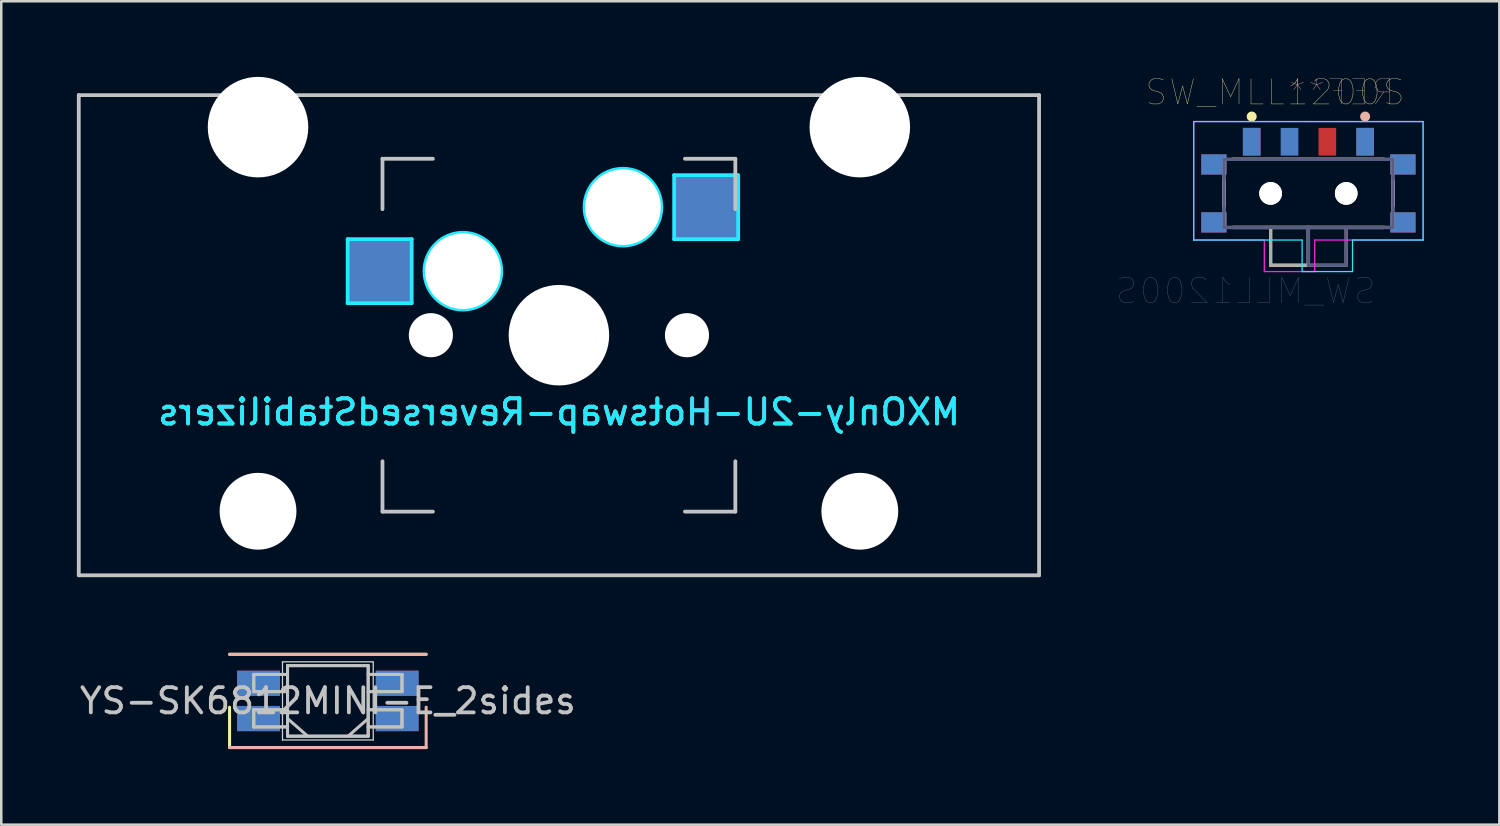
<source format=kicad_pcb>
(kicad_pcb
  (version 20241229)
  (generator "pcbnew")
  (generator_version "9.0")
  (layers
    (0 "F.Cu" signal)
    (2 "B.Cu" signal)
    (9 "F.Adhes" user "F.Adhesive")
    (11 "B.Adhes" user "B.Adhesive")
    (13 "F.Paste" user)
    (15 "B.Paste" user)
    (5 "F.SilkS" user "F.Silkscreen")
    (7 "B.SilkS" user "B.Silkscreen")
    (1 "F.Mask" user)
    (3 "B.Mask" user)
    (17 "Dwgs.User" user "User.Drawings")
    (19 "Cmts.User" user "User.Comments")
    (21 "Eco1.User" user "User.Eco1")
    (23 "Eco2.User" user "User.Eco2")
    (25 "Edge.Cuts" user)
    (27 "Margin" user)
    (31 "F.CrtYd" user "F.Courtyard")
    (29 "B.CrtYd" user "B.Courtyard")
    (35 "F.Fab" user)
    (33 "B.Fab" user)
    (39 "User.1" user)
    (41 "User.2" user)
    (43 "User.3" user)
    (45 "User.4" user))
  (footprint "YS-SK6812MINI-E_2sides"
    (layer "F.Cu")
    (at 9.958 24.759)
    (property "Reference" "YS-SK6812MINI-E_2sides" (at 0 0 0) (layer "Dwgs.User") (effects (font (size 1 1) (thickness 0.15))))
    (attr through_hole)
    (fp_line (start -3.9 0.25) (end -3.9 1.85) (stroke (width 0.12) (type solid)) (layer "F.SilkS"))
    (fp_line (start -3.9 1.85) (end 3.9 1.85) (stroke (width 0.12) (type solid)) (layer "F.SilkS"))
    (fp_line (start 3.9 -1.85) (end -3.9 -1.85) (stroke (width 0.12) (type solid)) (layer "F.SilkS"))
    (fp_line (start -3.9 -1.85) (end 3.9 -1.85) (stroke (width 0.12) (type solid)) (layer "B.SilkS"))
    (fp_line (start 3.9 0.25) (end 3.9 1.85) (stroke (width 0.12) (type solid)) (layer "B.SilkS"))
    (fp_line (start 3.9 1.85) (end -3.9 1.85) (stroke (width 0.12) (type solid)) (layer "B.SilkS"))
    (fp_line (start -2.94 -1.05) (end -2.94 -0.37) (stroke (width 0.12) (type solid)) (layer "Dwgs.User"))
    (fp_line (start -2.94 -1.05) (end -1.6 -1.05) (stroke (width 0.12) (type solid)) (layer "Dwgs.User"))
    (fp_line (start -2.94 -0.37) (end -2.94 -1.05) (stroke (width 0.12) (type solid)) (layer "Dwgs.User"))
    (fp_line (start -2.94 -0.37) (end -1.6 -0.37) (stroke (width 0.12) (type solid)) (layer "Dwgs.User"))
    (fp_line (start -2.94 0.35) (end -2.94 1.03) (stroke (width 0.12) (type solid)) (layer "Dwgs.User"))
    (fp_line (start -2.94 0.35) (end -1.6 0.35) (stroke (width 0.12) (type solid)) (layer "Dwgs.User"))
    (fp_line (start -2.94 1.03) (end -2.94 0.35) (stroke (width 0.12) (type solid)) (layer "Dwgs.User"))
    (fp_line (start -2.94 1.03) (end -1.6 1.03) (stroke (width 0.12) (type solid)) (layer "Dwgs.User"))
    (fp_line (start -1.6 -1.4) (end -1.6 1.4) (stroke (width 0.12) (type solid)) (layer "Dwgs.User"))
    (fp_line (start -1.6 -1.4) (end -1.6 1.4) (stroke (width 0.12) (type solid)) (layer "Dwgs.User"))
    (fp_line (start -1.6 -1.4) (end 1.6 -1.4) (stroke (width 0.12) (type solid)) (layer "Dwgs.User"))
    (fp_line (start -1.6 -1.05) (end -2.94 -1.05) (stroke (width 0.12) (type solid)) (layer "Dwgs.User"))
    (fp_line (start -1.6 -0.37) (end -2.94 -0.37) (stroke (width 0.12) (type solid)) (layer "Dwgs.User"))
    (fp_line (start -1.6 0.35) (end -2.94 0.35) (stroke (width 0.12) (type solid)) (layer "Dwgs.User"))
    (fp_line (start -1.6 0.7) (end -0.8 1.4) (stroke (width 0.12) (type solid)) (layer "Dwgs.User"))
    (fp_line (start -1.6 1.03) (end -2.94 1.03) (stroke (width 0.12) (type solid)) (layer "Dwgs.User"))
    (fp_line (start -1.6 1.4) (end 1.6 1.4) (stroke (width 0.12) (type solid)) (layer "Dwgs.User"))
    (fp_line (start 1.6 -1.4) (end -1.6 -1.4) (stroke (width 0.12) (type solid)) (layer "Dwgs.User"))
    (fp_line (start 1.6 -1.4) (end 1.6 1.4) (stroke (width 0.12) (type solid)) (layer "Dwgs.User"))
    (fp_line (start 1.6 -1.4) (end 1.6 1.4) (stroke (width 0.12) (type solid)) (layer "Dwgs.User"))
    (fp_line (start 1.6 -1.05) (end 2.94 -1.05) (stroke (width 0.12) (type solid)) (layer "Dwgs.User"))
    (fp_line (start 1.6 -0.37) (end 2.94 -0.37) (stroke (width 0.12) (type solid)) (layer "Dwgs.User"))
    (fp_line (start 1.6 0.35) (end 2.94 0.35) (stroke (width 0.12) (type solid)) (layer "Dwgs.User"))
    (fp_line (start 1.6 0.7) (end 0.8 1.4) (stroke (width 0.12) (type solid)) (layer "Dwgs.User"))
    (fp_line (start 1.6 1.03) (end 2.94 1.03) (stroke (width 0.12) (type solid)) (layer "Dwgs.User"))
    (fp_line (start 1.6 1.4) (end -1.6 1.4) (stroke (width 0.12) (type solid)) (layer "Dwgs.User"))
    (fp_line (start 2.94 -1.05) (end 1.6 -1.05) (stroke (width 0.12) (type solid)) (layer "Dwgs.User"))
    (fp_line (start 2.94 -1.05) (end 2.94 -0.37) (stroke (width 0.12) (type solid)) (layer "Dwgs.User"))
    (fp_line (start 2.94 -0.37) (end 1.6 -0.37) (stroke (width 0.12) (type solid)) (layer "Dwgs.User"))
    (fp_line (start 2.94 -0.37) (end 2.94 -1.05) (stroke (width 0.12) (type solid)) (layer "Dwgs.User"))
    (fp_line (start 2.94 0.35) (end 1.6 0.35) (stroke (width 0.12) (type solid)) (layer "Dwgs.User"))
    (fp_line (start 2.94 0.35) (end 2.94 1.03) (stroke (width 0.12) (type solid)) (layer "Dwgs.User"))
    (fp_line (start 2.94 1.03) (end 1.6 1.03) (stroke (width 0.12) (type solid)) (layer "Dwgs.User"))
    (fp_line (start 2.94 1.03) (end 2.94 0.35) (stroke (width 0.12) (type solid)) (layer "Dwgs.User"))
    (fp_line (start -1.8 -1.55) (end 1.8 -1.55) (stroke (width 0.05) (type solid)) (layer "Edge.Cuts"))
    (fp_line (start -1.8 1.55) (end -1.8 -1.55) (stroke (width 0.05) (type solid)) (layer "Edge.Cuts"))
    (fp_line (start 1.8 -1.55) (end 1.8 1.55) (stroke (width 0.05) (type solid)) (layer "Edge.Cuts"))
    (fp_line (start 1.8 1.55) (end -1.8 1.55) (stroke (width 0.05) (type solid)) (layer "Edge.Cuts"))
    (pad "1" smd rect (at -2.75 -0.7 180) (size 1.7 1) (layers "B.Cu" "B.Mask" "B.Paste"))
    (pad "1" smd rect (at 2.75 -0.7) (size 1.7 1) (layers "F.Cu" "F.Mask" "F.Paste"))
    (pad "2" smd rect (at -2.75 0.7 180) (size 1.7 1) (layers "B.Cu" "B.Mask" "B.Paste"))
    (pad "2" smd rect (at 2.75 0.7) (size 1.7 1) (layers "F.Cu" "F.Mask" "F.Paste"))
    (pad "3" smd rect (at -2.75 0.7) (size 1.7 1) (layers "F.Cu" "F.Mask" "F.Paste"))
    (pad "3" smd rect (at 2.75 0.7 180) (size 1.7 1) (layers "B.Cu" "B.Mask" "B.Paste"))
    (pad "4" smd rect (at -2.75 -0.7) (size 1.7 1) (layers "F.Cu" "F.Mask" "F.Paste"))
    (pad "4" smd rect (at 2.75 -0.7 180) (size 1.7 1) (layers "B.Cu" "B.Mask" "B.Paste")))
  (footprint "MXOnly-2U-Hotswap-ReversedStabilizers"
    (layer "F.Cu")
    (at 19.125 10.249)
    (property "Reference" "MXOnly-2U-Hotswap-ReversedStabilizers" (at 0 3.048 0) (layer "B.CrtYd") (effects (font (size 1 1) (thickness 0.15)) (justify mirror)))
    (attr smd)
    (fp_line (start -19.05 -9.525) (end 19.05 -9.525) (stroke (width 0.15) (type solid)) (layer "Dwgs.User"))
    (fp_line (start -19.05 9.525) (end -19.05 -9.525) (stroke (width 0.15) (type solid)) (layer "Dwgs.User"))
    (fp_line (start -7 -7) (end -7 -5) (stroke (width 0.15) (type solid)) (layer "Dwgs.User"))
    (fp_line (start -7 5) (end -7 7) (stroke (width 0.15) (type solid)) (layer "Dwgs.User"))
    (fp_line (start -7 7) (end -5 7) (stroke (width 0.15) (type solid)) (layer "Dwgs.User"))
    (fp_line (start -5 -7) (end -7 -7) (stroke (width 0.15) (type solid)) (layer "Dwgs.User"))
    (fp_line (start 5 -7) (end 7 -7) (stroke (width 0.15) (type solid)) (layer "Dwgs.User"))
    (fp_line (start 5 7) (end 7 7) (stroke (width 0.15) (type solid)) (layer "Dwgs.User"))
    (fp_line (start 7 -7) (end 7 -5) (stroke (width 0.15) (type solid)) (layer "Dwgs.User"))
    (fp_line (start 7 7) (end 7 5) (stroke (width 0.15) (type solid)) (layer "Dwgs.User"))
    (fp_line (start 19.05 -9.525) (end 19.05 9.525) (stroke (width 0.15) (type solid)) (layer "Dwgs.User"))
    (fp_line (start 19.05 9.525) (end -19.05 9.525) (stroke (width 0.15) (type solid)) (layer "Dwgs.User"))
    (fp_line (start -8.382 -3.81) (end -5.842 -3.81) (stroke (width 0.15) (type solid)) (layer "B.CrtYd"))
    (fp_line (start -8.382 -1.27) (end -8.382 -3.81) (stroke (width 0.15) (type solid)) (layer "B.CrtYd"))
    (fp_line (start -5.842 -3.81) (end -5.842 -1.27) (stroke (width 0.15) (type solid)) (layer "B.CrtYd"))
    (fp_line (start -5.842 -1.27) (end -8.382 -1.27) (stroke (width 0.15) (type solid)) (layer "B.CrtYd"))
    (fp_line (start 4.572 -6.35) (end 7.112 -6.35) (stroke (width 0.15) (type solid)) (layer "B.CrtYd"))
    (fp_line (start 4.572 -3.81) (end 4.572 -6.35) (stroke (width 0.15) (type solid)) (layer "B.CrtYd"))
    (fp_line (start 7.112 -6.35) (end 7.112 -3.81) (stroke (width 0.15) (type solid)) (layer "B.CrtYd"))
    (fp_line (start 7.112 -3.81) (end 4.572 -3.81) (stroke (width 0.15) (type solid)) (layer "B.CrtYd"))
    (fp_circle (center -3.81 -2.54) (end -3.81 -4.064) (stroke (width 0.15) (type solid)) (fill no) (layer "B.CrtYd"))
    (fp_circle (center 2.54 -5.08) (end 2.54 -6.604) (stroke (width 0.15) (type solid)) (fill no) (layer "B.CrtYd"))
    (fp_text user "${REFERENCE}" (at 0 3.048 0) (layer "B.SilkS") (effects (font (size 1 1) (thickness 0.15)) (justify mirror)))
    (pad "" np_thru_hole circle (at -11.938 -8.255) (size 3.988 3.988) (drill 3.988) (layers "*.Cu" "*.Mask"))
    (pad "" np_thru_hole circle (at -11.938 6.985) (size 3.048 3.048) (drill 3.048) (layers "*.Cu" "*.Mask"))
    (pad "" np_thru_hole circle (at -5.08 0 48.1) (size 1.75 1.75) (drill 1.75) (layers "*.Cu" "*.Mask"))
    (pad "" np_thru_hole circle (at -3.81 -2.54) (size 3 3) (drill 3) (layers "*.Cu" "*.Mask"))
    (pad "" np_thru_hole circle (at 0 0) (size 3.988 3.988) (drill 3.988) (layers "*.Cu" "*.Mask"))
    (pad "" np_thru_hole circle (at 2.54 -5.08) (size 3 3) (drill 3) (layers "*.Cu" "*.Mask"))
    (pad "" np_thru_hole circle (at 5.08 0 48.1) (size 1.75 1.75) (drill 1.75) (layers "*.Cu" "*.Mask"))
    (pad "" np_thru_hole circle (at 11.938 -8.255) (size 3.988 3.988) (drill 3.988) (layers "*.Cu" "*.Mask"))
    (pad "" np_thru_hole circle (at 11.938 6.985) (size 3.048 3.048) (drill 3.048) (layers "*.Cu" "*.Mask"))
    (pad "1" smd rect (at -7.085 -2.54) (size 2.55 2.5) (layers "B.Cu" "B.Mask" "B.Paste"))
    (pad "2" smd rect (at 5.842 -5.08) (size 2.55 2.5) (layers "B.Cu" "B.Mask" "B.Paste")))
  (footprint "SW_MLL1200S"
    (layer "F.Cu")
    (at 48.861 4.624)
    (property "Reference" "SW_MLL1200S" (at -1.325 -4.013 0) (layer "F.SilkS") (effects (font (size 1 1) (thickness 0.015))))
    (attr through_hole)
    (fp_line (start -3.35 -0.5) (end -3.35 0.5) (stroke (width 0.127) (type solid)) (layer "F.SilkS"))
    (fp_line (start -3 -1.35) (end 3 -1.35) (stroke (width 0.127) (type solid)) (layer "F.SilkS"))
    (fp_line (start -3 1.35) (end 3 1.35) (stroke (width 0.127) (type solid)) (layer "F.SilkS"))
    (fp_line (start -1.5 1.35) (end -1.5 2.85) (stroke (width 0.127) (type solid)) (layer "F.SilkS"))
    (fp_line (start -1.5 2.85) (end 0 2.85) (stroke (width 0.127) (type solid)) (layer "F.SilkS"))
    (fp_line (start 0 2.85) (end 0 1.35) (stroke (width 0.127) (type solid)) (layer "F.SilkS"))
    (fp_line (start 3.35 -0.5) (end 3.35 0.5) (stroke (width 0.127) (type solid)) (layer "F.SilkS"))
    (fp_circle (center -2.25 -3.05) (end -2.15 -3.05) (stroke (width 0.2) (type solid)) (fill no) (layer "F.SilkS"))
    (fp_line (start -3.35 -0.5) (end -3.35 0.5) (stroke (width 0.127) (type solid)) (layer "B.SilkS"))
    (fp_line (start 0 2.85) (end 0 1.35) (stroke (width 0.127) (type solid)) (layer "B.SilkS"))
    (fp_line (start 1.5 1.35) (end 1.5 2.85) (stroke (width 0.127) (type solid)) (layer "B.SilkS"))
    (fp_line (start 1.5 2.85) (end 0 2.85) (stroke (width 0.127) (type solid)) (layer "B.SilkS"))
    (fp_line (start 3 -1.35) (end -3 -1.35) (stroke (width 0.127) (type solid)) (layer "B.SilkS"))
    (fp_line (start 3 1.35) (end -3 1.35) (stroke (width 0.127) (type solid)) (layer "B.SilkS"))
    (fp_line (start 3.35 -0.5) (end 3.35 0.5) (stroke (width 0.127) (type solid)) (layer "B.SilkS"))
    (fp_circle (center 2.25 -3.05) (end 2.15 -3.05) (stroke (width 0.2) (type solid)) (fill no) (layer "B.SilkS"))
    (fp_line (start -4.55 -2.85) (end 4.55 -2.85) (stroke (width 0.05) (type solid)) (layer "B.CrtYd"))
    (fp_line (start -4.55 1.85) (end -4.55 -2.85) (stroke (width 0.05) (type solid)) (layer "B.CrtYd"))
    (fp_line (start -0.25 1.85) (end -4.55 1.85) (stroke (width 0.05) (type solid)) (layer "B.CrtYd"))
    (fp_line (start -0.25 3.1) (end -0.25 1.85) (stroke (width 0.05) (type solid)) (layer "B.CrtYd"))
    (fp_line (start 1.75 1.85) (end 1.75 3.1) (stroke (width 0.05) (type solid)) (layer "B.CrtYd"))
    (fp_line (start 1.75 3.1) (end -0.25 3.1) (stroke (width 0.05) (type solid)) (layer "B.CrtYd"))
    (fp_line (start 4.55 -2.85) (end 4.55 1.85) (stroke (width 0.05) (type solid)) (layer "B.CrtYd"))
    (fp_line (start 4.55 1.85) (end 1.75 1.85) (stroke (width 0.05) (type solid)) (layer "B.CrtYd"))
    (fp_line (start -4.55 -2.85) (end -4.55 1.85) (stroke (width 0.05) (type solid)) (layer "F.CrtYd"))
    (fp_line (start -4.55 1.85) (end -1.75 1.85) (stroke (width 0.05) (type solid)) (layer "F.CrtYd"))
    (fp_line (start -1.75 1.85) (end -1.75 3.1) (stroke (width 0.05) (type solid)) (layer "F.CrtYd"))
    (fp_line (start -1.75 3.1) (end 0.25 3.1) (stroke (width 0.05) (type solid)) (layer "F.CrtYd"))
    (fp_line (start 0.25 1.85) (end 4.55 1.85) (stroke (width 0.05) (type solid)) (layer "F.CrtYd"))
    (fp_line (start 0.25 3.1) (end 0.25 1.85) (stroke (width 0.05) (type solid)) (layer "F.CrtYd"))
    (fp_line (start 4.55 -2.85) (end -4.55 -2.85) (stroke (width 0.05) (type solid)) (layer "F.CrtYd"))
    (fp_line (start 4.55 1.85) (end 4.55 -2.85) (stroke (width 0.05) (type solid)) (layer "F.CrtYd"))
    (fp_line (start -3.35 -1.35) (end -3.35 1.35) (stroke (width 0.127) (type solid)) (layer "B.Fab"))
    (fp_line (start -3.35 1.35) (end 3.35 1.35) (stroke (width 0.127) (type solid)) (layer "B.Fab"))
    (fp_line (start 0 2.85) (end 0 1.35) (stroke (width 0.127) (type solid)) (layer "B.Fab"))
    (fp_line (start 1.5 1.35) (end 1.5 2.85) (stroke (width 0.127) (type solid)) (layer "B.Fab"))
    (fp_line (start 1.5 2.85) (end 0 2.85) (stroke (width 0.127) (type solid)) (layer "B.Fab"))
    (fp_line (start 3.35 -1.35) (end -3.35 -1.35) (stroke (width 0.127) (type solid)) (layer "B.Fab"))
    (fp_line (start 3.35 1.35) (end 3.35 -1.35) (stroke (width 0.127) (type solid)) (layer "B.Fab"))
    (fp_line (start -3.35 -1.35) (end 3.35 -1.35) (stroke (width 0.127) (type solid)) (layer "F.Fab"))
    (fp_line (start -3.35 1.35) (end -3.35 -1.35) (stroke (width 0.127) (type solid)) (layer "F.Fab"))
    (fp_line (start -1.5 1.35) (end -1.5 2.85) (stroke (width 0.127) (type solid)) (layer "F.Fab"))
    (fp_line (start -1.5 2.85) (end 0 2.85) (stroke (width 0.127) (type solid)) (layer "F.Fab"))
    (fp_line (start 0 2.85) (end 0 1.35) (stroke (width 0.127) (type solid)) (layer "F.Fab"))
    (fp_line (start 3.35 -1.35) (end 3.35 1.35) (stroke (width 0.127) (type solid)) (layer "F.Fab"))
    (fp_line (start 3.35 1.35) (end -3.35 1.35) (stroke (width 0.127) (type solid)) (layer "F.Fab"))
    (fp_text user "REF**" (at 1.325 -4.013 180) (layer "B.SilkS") (effects (font (size 1 1) (thickness 0.015)) (justify mirror)))
    (fp_text user "SW_MLL1200S" (at -2.489 3.871 180) (layer "B.Fab") (effects (font (size 1.002 1.002) (thickness 0.015)) (justify mirror)))
    (pad "" np_thru_hole circle (at -1.5 0) (size 0.9 0.9) (drill 0.9) (layers "*.Cu" "*.Mask"))
    (pad "" np_thru_hole circle (at -1.5 0 180) (size 0.9 0.9) (drill 0.9) (layers "*.Cu" "*.Mask"))
    (pad "" np_thru_hole circle (at 1.5 0) (size 0.9 0.9) (drill 0.9) (layers "*.Cu" "*.Mask"))
    (pad "" np_thru_hole circle (at 1.5 0 180) (size 0.9 0.9) (drill 0.9) (layers "*.Cu" "*.Mask"))
    (pad "1" smd rect (at -2.25 -2.05) (size 0.7 1.1) (layers "F.Cu" "F.Mask" "F.Paste"))
    (pad "1" smd rect (at 2.25 -2.05 180) (size 0.7 1.1) (layers "B.Cu" "B.Mask" "B.Paste"))
    (pad "2" smd rect (at -0.75 -2.05 180) (size 0.7 1.1) (layers "B.Cu" "B.Mask" "B.Paste"))
    (pad "2" smd rect (at 0.75 -2.05) (size 0.7 1.1) (layers "F.Cu" "F.Mask" "F.Paste"))
    (pad "3" smd rect (at -2.25 -2.05 180) (size 0.7 1.1) (layers "B.Cu" "B.Mask" "B.Paste"))
    (pad "3" smd rect (at 2.25 -2.05) (size 0.7 1.1) (layers "F.Cu" "F.Mask" "F.Paste"))
    (pad "G1" smd rect (at -3.75 -1.15) (size 1 0.8) (layers "F.Cu" "F.Mask" "F.Paste"))
    (pad "G1" smd rect (at 3.75 -1.15 180) (size 1 0.8) (layers "B.Cu" "B.Mask" "B.Paste"))
    (pad "G2" smd rect (at -3.75 -1.15 180) (size 1 0.8) (layers "B.Cu" "B.Mask" "B.Paste"))
    (pad "G2" smd rect (at 3.75 -1.15) (size 1 0.8) (layers "F.Cu" "F.Mask" "F.Paste"))
    (pad "G3" smd rect (at -3.75 1.15) (size 1 0.8) (layers "F.Cu" "F.Mask" "F.Paste"))
    (pad "G3" smd rect (at 3.75 1.15 180) (size 1 0.8) (layers "B.Cu" "B.Mask" "B.Paste"))
    (pad "G4" smd rect (at -3.75 1.15 180) (size 1 0.8) (layers "B.Cu" "B.Mask" "B.Paste"))
    (pad "G4" smd rect (at 3.75 1.15) (size 1 0.8) (layers "F.Cu" "F.Mask" "F.Paste")))
  (gr_rect
    (start -3 -3)
    (end 56.436 29.669)
    (stroke (width 0.1) (type default))
    (fill no)
    (layer "Edge.Cuts")))
</source>
